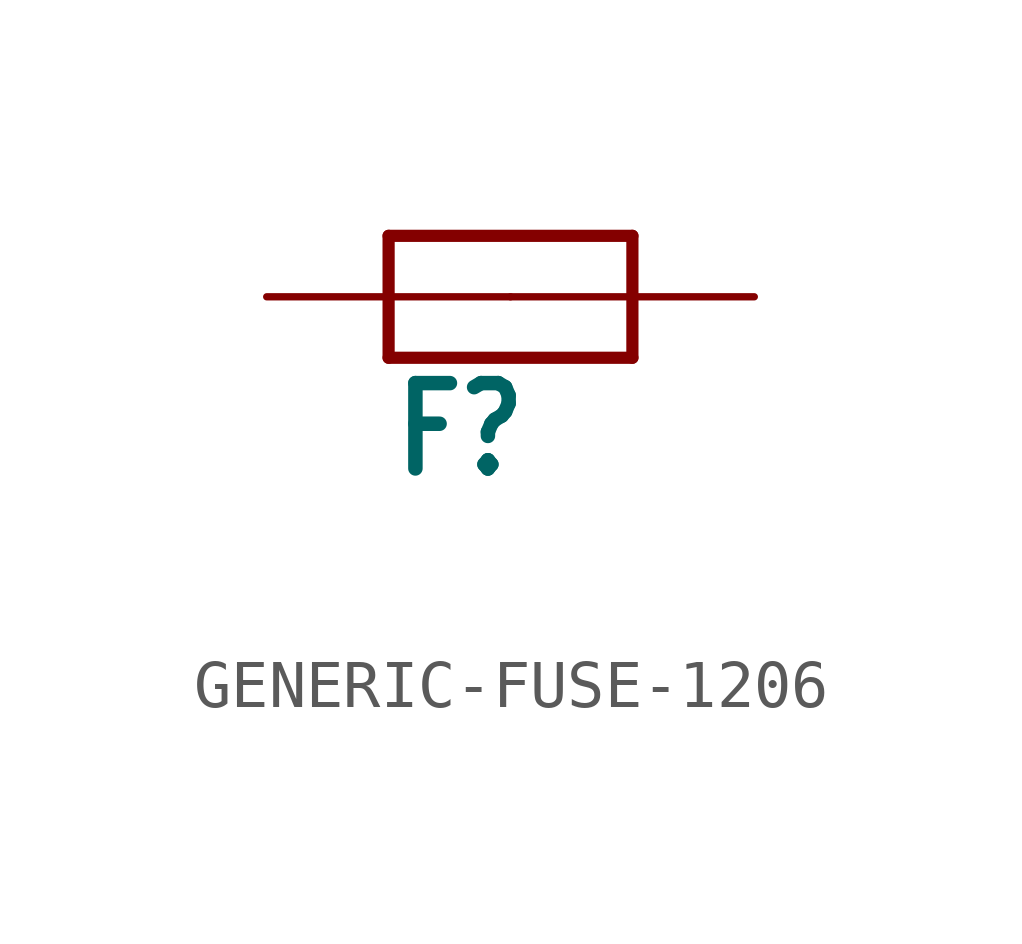
<source format=kicad_sym>
(kicad_symbol_lib
  (version 20241209)
  (generator "kicad_symbol_editor")
  (generator_version "9.0")
  (symbol "GENERIC-FUSE-1206"
    (property "Reference" "F"
      (at -2.54 -3.81 0)
      (effects (font (size 1.778 1.511) (bold yes)) (justify left bottom)))
    (property "Value" ""
      (at -2.54 -6.35 0)
      (effects (font (size 1.778 1.511) (bold yes)) (justify left bottom)))
    (property "ki_locked" ""
      (at 0 0 0)
      (effects (font (size 1.27 1.27))))
    (symbol "GENERIC-FUSE-1206_1_0"
      (polyline (pts (xy -2.54 1.27) (xy -2.54 -1.27)) (stroke (width 0.254) (type solid)) (fill (type none)))
      (polyline (pts (xy -2.54 -1.27) (xy 2.54 -1.27)) (stroke (width 0.254) (type solid)) (fill (type none)))
      (polyline (pts (xy 2.54 1.27) (xy -2.54 1.27)) (stroke (width 0.254) (type solid)) (fill (type none)))
      (polyline (pts (xy 2.54 -1.27) (xy 2.54 1.27)) (stroke (width 0.254) (type solid)) (fill (type none)))
      (pin passive line (at -5.08 0 0) (length 5.08) (name "P$2" (effects (font (size 0 0)))) (number "2" (effects (font (size 0 0)))))
      (pin passive line (at 5.08 0 180) (length 5.08) (name "P$1" (effects (font (size 0 0)))) (number "1" (effects (font (size 0 0))))))))
</source>
